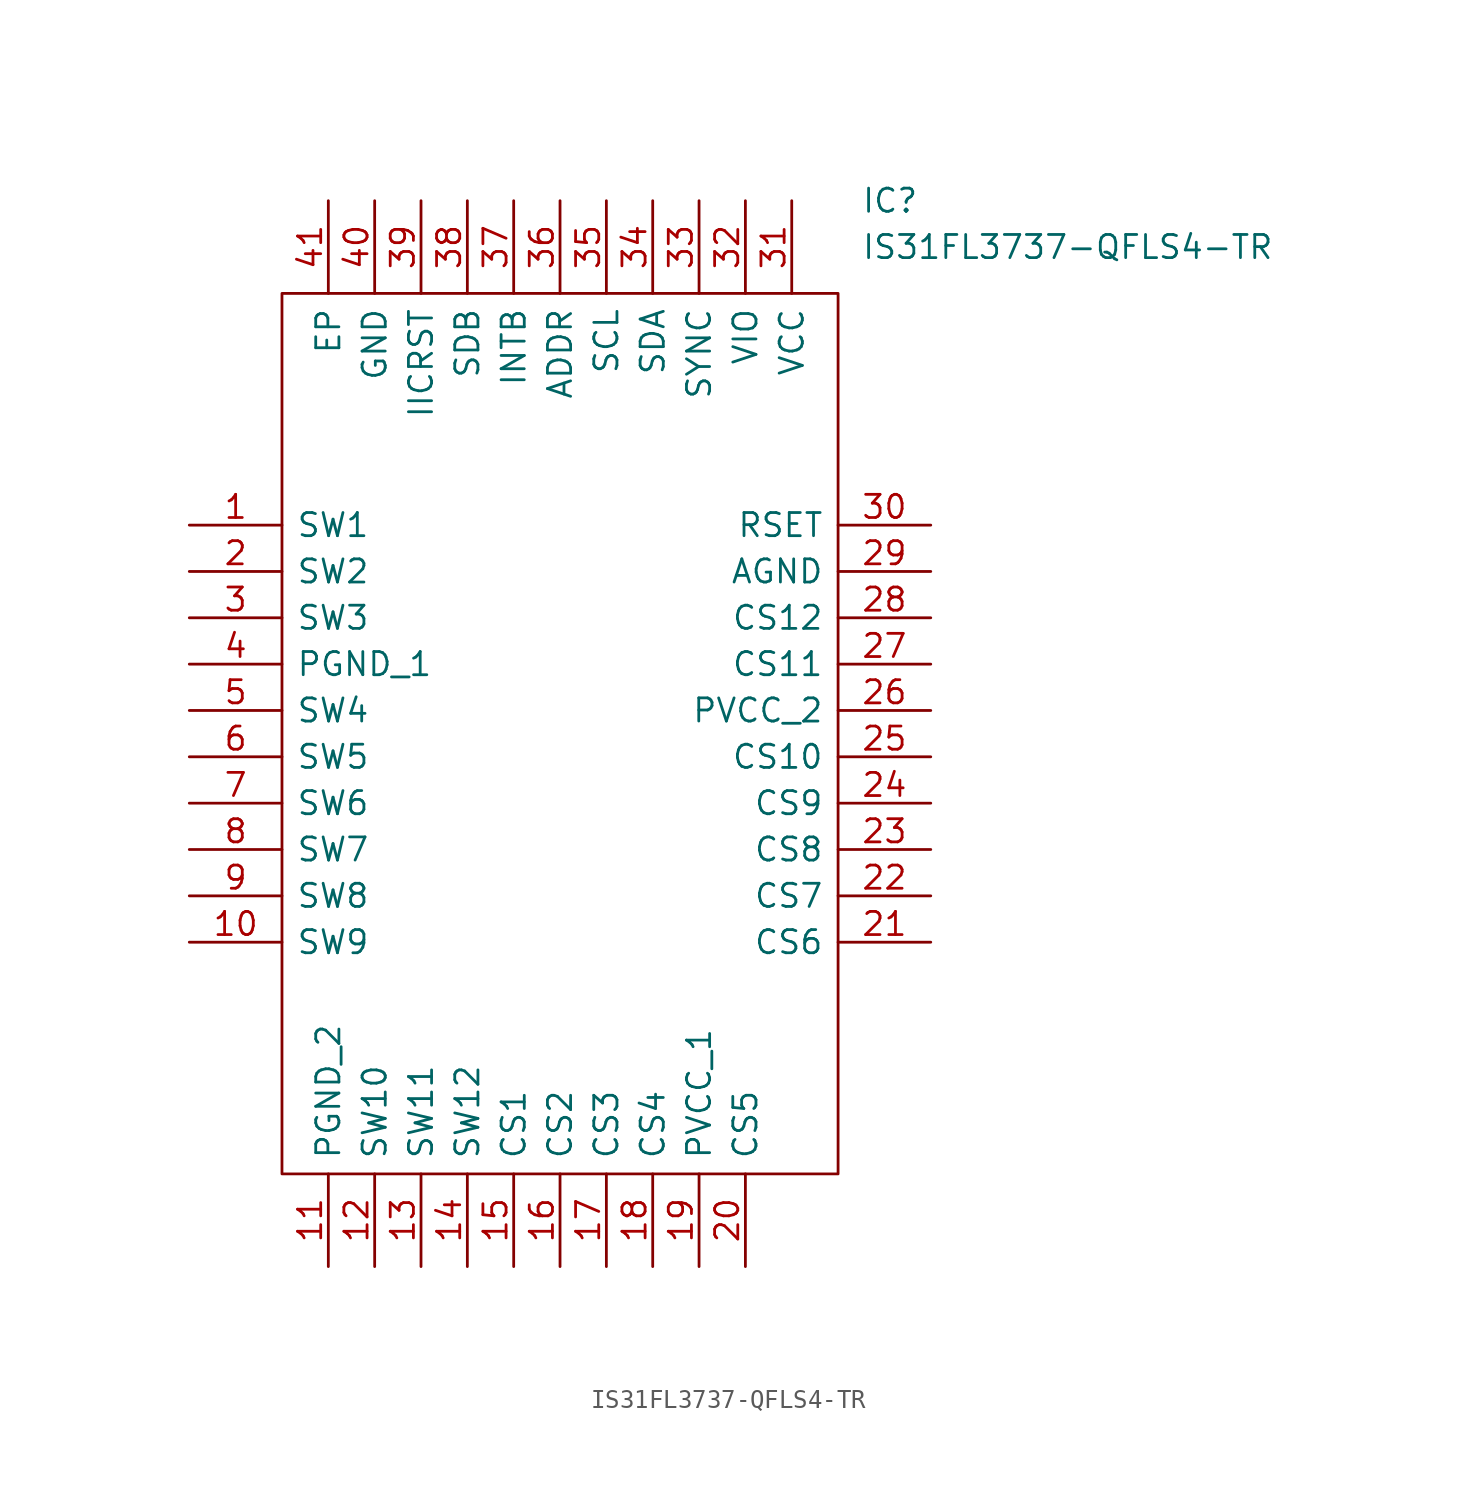
<source format=kicad_sym>
(kicad_symbol_lib
  (version 20201005)
  (generator kicad_symbol_editor)
  (symbol "IS31FL3737-QFLS4-TR"
    (pin_names
      (offset 0.762))
    (property "Reference" "IC"
      (at 36.83 17.78 0)
      (effects (font (size 1.27 1.27)) (justify left)))
    (property "Value" "IS31FL3737-QFLS4-TR"
      (at 36.83 15.24 0)
      (effects (font (size 1.27 1.27)) (justify left)))
    (symbol "IS31FL3737-QFLS4-TR_0_0"
      (pin passive line (at 0 0 0) (length 5.08) (name "SW1" (effects (font (size 1.27 1.27)))) (number "1" (effects (font (size 1.27 1.27)))))
      (pin passive line (at 0 -22.86 0) (length 5.08) (name "SW9" (effects (font (size 1.27 1.27)))) (number "10" (effects (font (size 1.27 1.27)))))
      (pin passive line (at 7.62 -40.64 90) (length 5.08) (name "PGND_2" (effects (font (size 1.27 1.27)))) (number "11" (effects (font (size 1.27 1.27)))))
      (pin passive line (at 10.16 -40.64 90) (length 5.08) (name "SW10" (effects (font (size 1.27 1.27)))) (number "12" (effects (font (size 1.27 1.27)))))
      (pin passive line (at 12.7 -40.64 90) (length 5.08) (name "SW11" (effects (font (size 1.27 1.27)))) (number "13" (effects (font (size 1.27 1.27)))))
      (pin passive line (at 15.24 -40.64 90) (length 5.08) (name "SW12" (effects (font (size 1.27 1.27)))) (number "14" (effects (font (size 1.27 1.27)))))
      (pin passive line (at 17.78 -40.64 90) (length 5.08) (name "CS1" (effects (font (size 1.27 1.27)))) (number "15" (effects (font (size 1.27 1.27)))))
      (pin passive line (at 20.32 -40.64 90) (length 5.08) (name "CS2" (effects (font (size 1.27 1.27)))) (number "16" (effects (font (size 1.27 1.27)))))
      (pin passive line (at 22.86 -40.64 90) (length 5.08) (name "CS3" (effects (font (size 1.27 1.27)))) (number "17" (effects (font (size 1.27 1.27)))))
      (pin passive line (at 25.4 -40.64 90) (length 5.08) (name "CS4" (effects (font (size 1.27 1.27)))) (number "18" (effects (font (size 1.27 1.27)))))
      (pin passive line (at 27.94 -40.64 90) (length 5.08) (name "PVCC_1" (effects (font (size 1.27 1.27)))) (number "19" (effects (font (size 1.27 1.27)))))
      (pin passive line (at 0 -2.54 0) (length 5.08) (name "SW2" (effects (font (size 1.27 1.27)))) (number "2" (effects (font (size 1.27 1.27)))))
      (pin passive line (at 30.48 -40.64 90) (length 5.08) (name "CS5" (effects (font (size 1.27 1.27)))) (number "20" (effects (font (size 1.27 1.27)))))
      (pin passive line (at 40.64 -22.86 180) (length 5.08) (name "CS6" (effects (font (size 1.27 1.27)))) (number "21" (effects (font (size 1.27 1.27)))))
      (pin passive line (at 40.64 -20.32 180) (length 5.08) (name "CS7" (effects (font (size 1.27 1.27)))) (number "22" (effects (font (size 1.27 1.27)))))
      (pin passive line (at 40.64 -17.78 180) (length 5.08) (name "CS8" (effects (font (size 1.27 1.27)))) (number "23" (effects (font (size 1.27 1.27)))))
      (pin passive line (at 40.64 -15.24 180) (length 5.08) (name "CS9" (effects (font (size 1.27 1.27)))) (number "24" (effects (font (size 1.27 1.27)))))
      (pin passive line (at 40.64 -12.7 180) (length 5.08) (name "CS10" (effects (font (size 1.27 1.27)))) (number "25" (effects (font (size 1.27 1.27)))))
      (pin passive line (at 40.64 -10.16 180) (length 5.08) (name "PVCC_2" (effects (font (size 1.27 1.27)))) (number "26" (effects (font (size 1.27 1.27)))))
      (pin passive line (at 40.64 -7.62 180) (length 5.08) (name "CS11" (effects (font (size 1.27 1.27)))) (number "27" (effects (font (size 1.27 1.27)))))
      (pin passive line (at 40.64 -5.08 180) (length 5.08) (name "CS12" (effects (font (size 1.27 1.27)))) (number "28" (effects (font (size 1.27 1.27)))))
      (pin passive line (at 40.64 -2.54 180) (length 5.08) (name "AGND" (effects (font (size 1.27 1.27)))) (number "29" (effects (font (size 1.27 1.27)))))
      (pin passive line (at 0 -5.08 0) (length 5.08) (name "SW3" (effects (font (size 1.27 1.27)))) (number "3" (effects (font (size 1.27 1.27)))))
      (pin passive line (at 40.64 0 180) (length 5.08) (name "RSET" (effects (font (size 1.27 1.27)))) (number "30" (effects (font (size 1.27 1.27)))))
      (pin passive line (at 33.02 17.78 270) (length 5.08) (name "VCC" (effects (font (size 1.27 1.27)))) (number "31" (effects (font (size 1.27 1.27)))))
      (pin passive line (at 30.48 17.78 270) (length 5.08) (name "VIO" (effects (font (size 1.27 1.27)))) (number "32" (effects (font (size 1.27 1.27)))))
      (pin passive line (at 27.94 17.78 270) (length 5.08) (name "SYNC" (effects (font (size 1.27 1.27)))) (number "33" (effects (font (size 1.27 1.27)))))
      (pin passive line (at 25.4 17.78 270) (length 5.08) (name "SDA" (effects (font (size 1.27 1.27)))) (number "34" (effects (font (size 1.27 1.27)))))
      (pin passive line (at 22.86 17.78 270) (length 5.08) (name "SCL" (effects (font (size 1.27 1.27)))) (number "35" (effects (font (size 1.27 1.27)))))
      (pin passive line (at 20.32 17.78 270) (length 5.08) (name "ADDR" (effects (font (size 1.27 1.27)))) (number "36" (effects (font (size 1.27 1.27)))))
      (pin passive line (at 17.78 17.78 270) (length 5.08) (name "INTB" (effects (font (size 1.27 1.27)))) (number "37" (effects (font (size 1.27 1.27)))))
      (pin passive line (at 15.24 17.78 270) (length 5.08) (name "SDB" (effects (font (size 1.27 1.27)))) (number "38" (effects (font (size 1.27 1.27)))))
      (pin passive line (at 12.7 17.78 270) (length 5.08) (name "IICRST" (effects (font (size 1.27 1.27)))) (number "39" (effects (font (size 1.27 1.27)))))
      (pin passive line (at 0 -7.62 0) (length 5.08) (name "PGND_1" (effects (font (size 1.27 1.27)))) (number "4" (effects (font (size 1.27 1.27)))))
      (pin passive line (at 10.16 17.78 270) (length 5.08) (name "GND" (effects (font (size 1.27 1.27)))) (number "40" (effects (font (size 1.27 1.27)))))
      (pin passive line (at 7.62 17.78 270) (length 5.08) (name "EP" (effects (font (size 1.27 1.27)))) (number "41" (effects (font (size 1.27 1.27)))))
      (pin passive line (at 0 -10.16 0) (length 5.08) (name "SW4" (effects (font (size 1.27 1.27)))) (number "5" (effects (font (size 1.27 1.27)))))
      (pin passive line (at 0 -12.7 0) (length 5.08) (name "SW5" (effects (font (size 1.27 1.27)))) (number "6" (effects (font (size 1.27 1.27)))))
      (pin passive line (at 0 -15.24 0) (length 5.08) (name "SW6" (effects (font (size 1.27 1.27)))) (number "7" (effects (font (size 1.27 1.27)))))
      (pin passive line (at 0 -17.78 0) (length 5.08) (name "SW7" (effects (font (size 1.27 1.27)))) (number "8" (effects (font (size 1.27 1.27)))))
      (pin passive line (at 0 -20.32 0) (length 5.08) (name "SW8" (effects (font (size 1.27 1.27)))) (number "9" (effects (font (size 1.27 1.27))))))
    (symbol "IS31FL3737-QFLS4-TR_0_1"
      (polyline (pts (xy 5.08 12.7) (xy 35.56 12.7) (xy 35.56 -35.56) (xy 5.08 -35.56) (xy 5.08 12.7)) (stroke (width 0.152)) (fill (type none))))))
</source>
